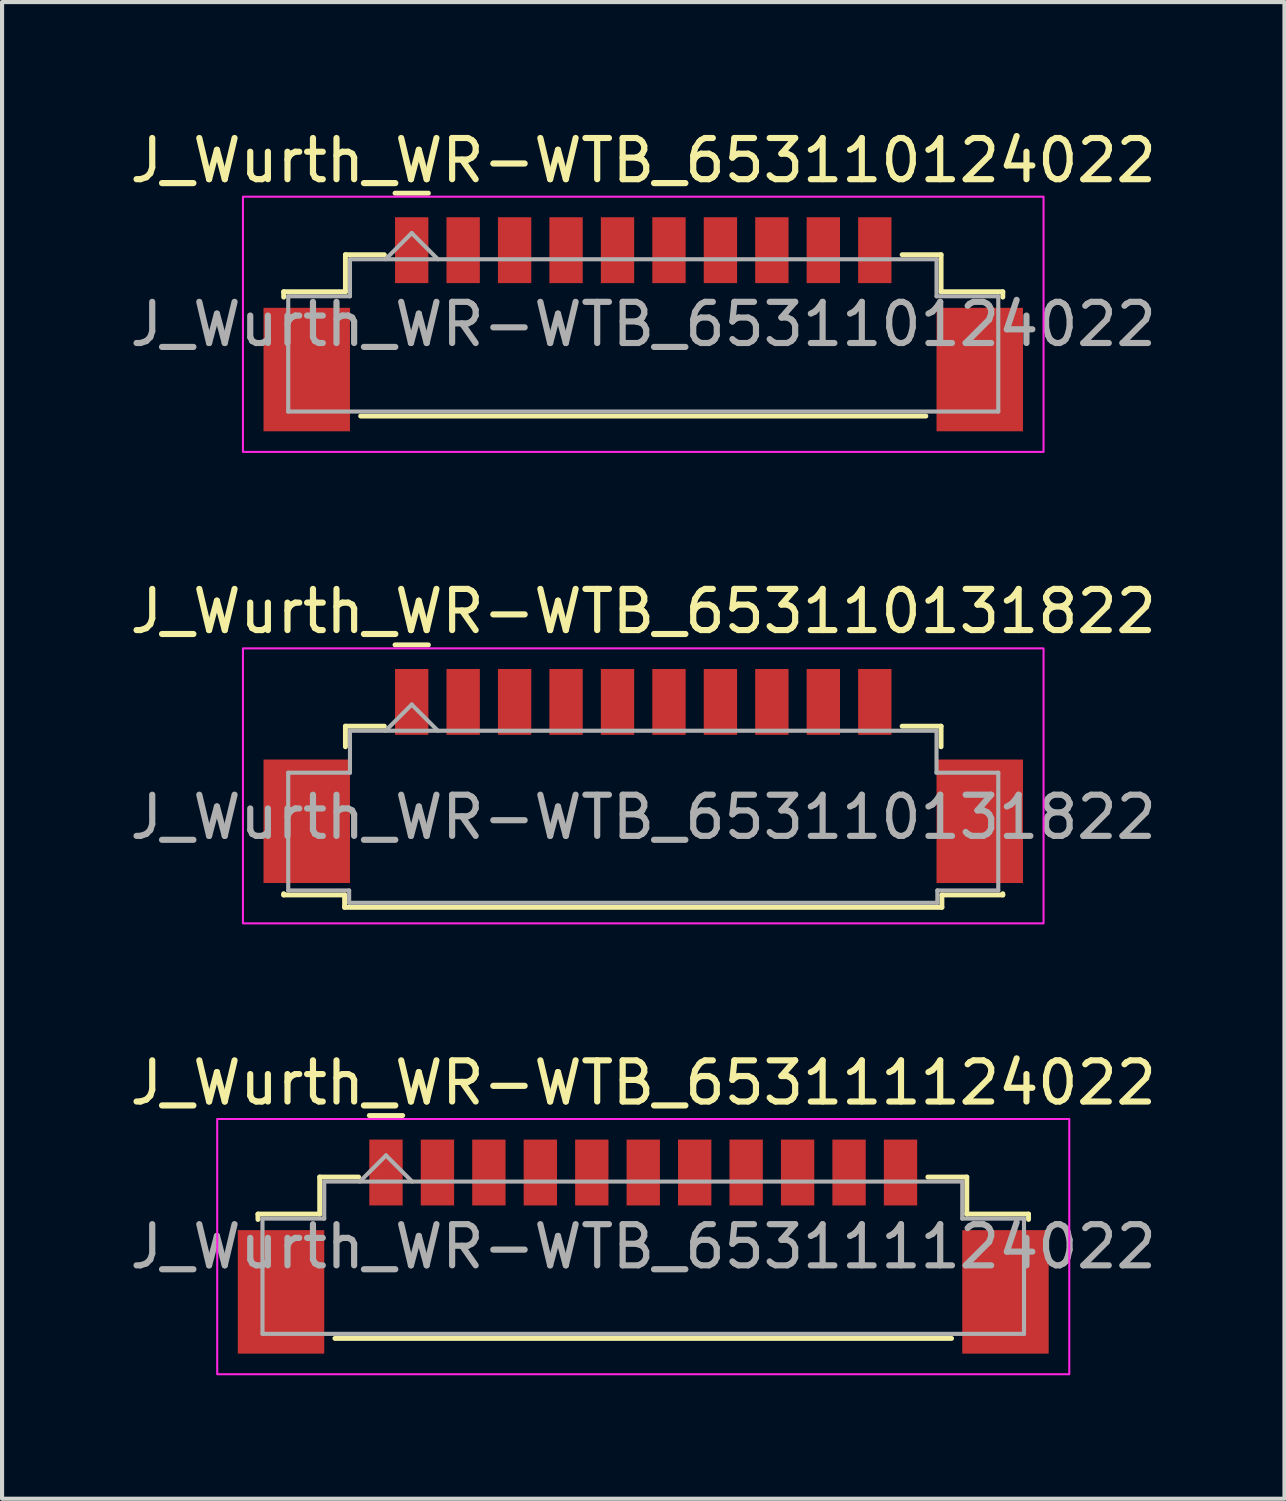
<source format=kicad_pcb>
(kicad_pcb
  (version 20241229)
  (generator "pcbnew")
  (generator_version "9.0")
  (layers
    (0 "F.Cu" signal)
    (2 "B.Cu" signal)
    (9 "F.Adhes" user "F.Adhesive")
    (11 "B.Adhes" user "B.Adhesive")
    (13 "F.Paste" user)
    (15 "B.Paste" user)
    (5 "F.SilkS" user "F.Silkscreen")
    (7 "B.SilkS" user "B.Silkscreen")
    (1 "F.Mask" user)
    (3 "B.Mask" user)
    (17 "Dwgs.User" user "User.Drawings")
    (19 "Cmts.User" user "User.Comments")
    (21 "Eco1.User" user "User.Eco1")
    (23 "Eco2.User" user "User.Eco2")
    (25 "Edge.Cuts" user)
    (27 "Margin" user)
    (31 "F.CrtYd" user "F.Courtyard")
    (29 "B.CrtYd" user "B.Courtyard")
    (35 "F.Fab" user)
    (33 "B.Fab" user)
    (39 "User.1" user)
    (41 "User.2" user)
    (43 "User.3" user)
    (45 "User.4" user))
  (footprint "J_Wurth_WR-WTB_653111124022"
    (layer "F.Cu")
    (at 12.577 27.505)
    (property "Reference" "J_Wurth_WR-WTB_653111124022" (at 0 -4.25 0) (unlocked yes) (layer "F.SilkS") (effects (font (size 1 1) (thickness 0.15))))
    (attr smd)
    (fp_line (start -9.36 -1.06) (end -9.36 -0.93) (stroke (width 0.12) (type solid)) (layer "F.SilkS"))
    (fp_line (start -7.86 -1.96) (end -7.86 -1.06) (stroke (width 0.12) (type solid)) (layer "F.SilkS"))
    (fp_line (start -7.86 -1.06) (end -9.36 -1.06) (stroke (width 0.12) (type solid)) (layer "F.SilkS"))
    (fp_line (start -7.49 1.96) (end 7.49 1.96) (stroke (width 0.12) (type solid)) (layer "F.SilkS"))
    (fp_line (start -6.915 -1.96) (end -7.86 -1.96) (stroke (width 0.12) (type solid)) (layer "F.SilkS"))
    (fp_line (start -6.655 -3.455) (end -5.845 -3.455) (stroke (width 0.12) (type solid)) (layer "F.SilkS"))
    (fp_line (start 7.86 -1.96) (end 6.915 -1.96) (stroke (width 0.12) (type solid)) (layer "F.SilkS"))
    (fp_line (start 7.86 -1.06) (end 7.86 -1.96) (stroke (width 0.12) (type solid)) (layer "F.SilkS"))
    (fp_line (start 9.36 -1.06) (end 7.86 -1.06) (stroke (width 0.12) (type solid)) (layer "F.SilkS"))
    (fp_line (start 9.36 -1.06) (end 9.36 -0.93) (stroke (width 0.12) (type solid)) (layer "F.SilkS"))
    (fp_rect (start -10.35 -3.37) (end 10.35 2.83) (stroke (width 0.05) (type solid)) (fill no) (layer "F.CrtYd"))
    (fp_line (start -9.25 -0.95) (end -7.75 -0.95) (stroke (width 0.1) (type solid)) (layer "F.Fab"))
    (fp_line (start -9.25 1.85) (end -9.25 -0.95) (stroke (width 0.1) (type solid)) (layer "F.Fab"))
    (fp_line (start -7.75 -1.85) (end 7.75 -1.85) (stroke (width 0.1) (type solid)) (layer "F.Fab"))
    (fp_line (start -7.75 -0.95) (end -7.75 -1.85) (stroke (width 0.1) (type solid)) (layer "F.Fab"))
    (fp_line (start -6.25 -2.485) (end -6.885 -1.85) (stroke (width 0.1) (type default)) (layer "F.Fab"))
    (fp_line (start -5.615 -1.85) (end -6.25 -2.485) (stroke (width 0.1) (type default)) (layer "F.Fab"))
    (fp_line (start 7.75 -0.95) (end 7.75 -1.85) (stroke (width 0.1) (type solid)) (layer "F.Fab"))
    (fp_line (start 9.25 -0.95) (end 7.75 -0.95) (stroke (width 0.1) (type solid)) (layer "F.Fab"))
    (fp_line (start 9.25 1.85) (end -9.25 1.85) (stroke (width 0.1) (type solid)) (layer "F.Fab"))
    (fp_line (start 9.25 1.85) (end 9.25 -0.95) (stroke (width 0.1) (type solid)) (layer "F.Fab"))
    (fp_text user "${REFERENCE}" (at 0 -0.27 0) (unlocked yes) (layer "F.Fab") (effects (font (size 1 1) (thickness 0.15))))
    (pad "1" smd rect (at -6.25 -2.07) (size 0.81 1.6) (layers "F.Cu" "F.Mask" "F.Paste"))
    (pad "2" smd rect (at -5 -2.07) (size 0.81 1.6) (layers "F.Cu" "F.Mask" "F.Paste"))
    (pad "3" smd rect (at -3.75 -2.07) (size 0.81 1.6) (layers "F.Cu" "F.Mask" "F.Paste"))
    (pad "4" smd rect (at -2.5 -2.07) (size 0.81 1.6) (layers "F.Cu" "F.Mask" "F.Paste"))
    (pad "5" smd rect (at -1.25 -2.07) (size 0.81 1.6) (layers "F.Cu" "F.Mask" "F.Paste"))
    (pad "6" smd rect (at 0 -2.07) (size 0.81 1.6) (layers "F.Cu" "F.Mask" "F.Paste"))
    (pad "7" smd rect (at 1.25 -2.07) (size 0.81 1.6) (layers "F.Cu" "F.Mask" "F.Paste"))
    (pad "8" smd rect (at 2.5 -2.07) (size 0.81 1.6) (layers "F.Cu" "F.Mask" "F.Paste"))
    (pad "9" smd rect (at 3.75 -2.07) (size 0.81 1.6) (layers "F.Cu" "F.Mask" "F.Paste"))
    (pad "10" smd rect (at 5 -2.07) (size 0.81 1.6) (layers "F.Cu" "F.Mask" "F.Paste"))
    (pad "11" smd rect (at 6.25 -2.07) (size 0.81 1.6) (layers "F.Cu" "F.Mask" "F.Paste"))
    (pad "MP1" smd rect (at -8.8 0.83) (size 2.1 3) (layers "F.Cu" "F.Mask" "F.Paste"))
    (pad "MP2" smd rect (at 8.8 0.83) (size 2.1 3) (layers "F.Cu" "F.Mask" "F.Paste")))
  (footprint "J_Wurth_WR-WTB_653110124022"
    (layer "F.Cu")
    (at 12.577 5.098)
    (property "Reference" "J_Wurth_WR-WTB_653110124022" (at 0 -4.25 0) (unlocked yes) (layer "F.SilkS") (effects (font (size 1 1) (thickness 0.15))))
    (attr smd)
    (fp_line (start -8.735 -1.06) (end -8.735 -0.93) (stroke (width 0.12) (type solid)) (layer "F.SilkS"))
    (fp_line (start -7.235 -1.96) (end -7.235 -1.06) (stroke (width 0.12) (type solid)) (layer "F.SilkS"))
    (fp_line (start -7.235 -1.06) (end -8.735 -1.06) (stroke (width 0.12) (type solid)) (layer "F.SilkS"))
    (fp_line (start -6.865 1.96) (end 6.865 1.96) (stroke (width 0.12) (type solid)) (layer "F.SilkS"))
    (fp_line (start -6.29 -1.96) (end -7.235 -1.96) (stroke (width 0.12) (type solid)) (layer "F.SilkS"))
    (fp_line (start -6.03 -3.455) (end -5.22 -3.455) (stroke (width 0.12) (type solid)) (layer "F.SilkS"))
    (fp_line (start 7.235 -1.96) (end 6.29 -1.96) (stroke (width 0.12) (type solid)) (layer "F.SilkS"))
    (fp_line (start 7.235 -1.06) (end 7.235 -1.96) (stroke (width 0.12) (type solid)) (layer "F.SilkS"))
    (fp_line (start 8.735 -1.06) (end 7.235 -1.06) (stroke (width 0.12) (type solid)) (layer "F.SilkS"))
    (fp_line (start 8.735 -1.06) (end 8.735 -0.93) (stroke (width 0.12) (type solid)) (layer "F.SilkS"))
    (fp_rect (start -9.725 -3.37) (end 9.725 2.83) (stroke (width 0.05) (type solid)) (fill no) (layer "F.CrtYd"))
    (fp_line (start -8.625 -0.95) (end -7.125 -0.95) (stroke (width 0.1) (type solid)) (layer "F.Fab"))
    (fp_line (start -8.625 1.85) (end -8.625 -0.95) (stroke (width 0.1) (type solid)) (layer "F.Fab"))
    (fp_line (start -7.125 -1.85) (end 7.125 -1.85) (stroke (width 0.1) (type solid)) (layer "F.Fab"))
    (fp_line (start -7.125 -0.95) (end -7.125 -1.85) (stroke (width 0.1) (type solid)) (layer "F.Fab"))
    (fp_line (start -5.625 -2.485) (end -6.26 -1.85) (stroke (width 0.1) (type default)) (layer "F.Fab"))
    (fp_line (start -4.99 -1.85) (end -5.625 -2.485) (stroke (width 0.1) (type default)) (layer "F.Fab"))
    (fp_line (start 7.125 -0.95) (end 7.125 -1.85) (stroke (width 0.1) (type solid)) (layer "F.Fab"))
    (fp_line (start 8.625 -0.95) (end 7.125 -0.95) (stroke (width 0.1) (type solid)) (layer "F.Fab"))
    (fp_line (start 8.625 1.85) (end -8.625 1.85) (stroke (width 0.1) (type solid)) (layer "F.Fab"))
    (fp_line (start 8.625 1.85) (end 8.625 -0.95) (stroke (width 0.1) (type solid)) (layer "F.Fab"))
    (fp_text user "${REFERENCE}" (at 0 -0.27 0) (unlocked yes) (layer "F.Fab") (effects (font (size 1 1) (thickness 0.15))))
    (pad "1" smd rect (at -5.625 -2.07) (size 0.81 1.6) (layers "F.Cu" "F.Mask" "F.Paste"))
    (pad "2" smd rect (at -4.375 -2.07) (size 0.81 1.6) (layers "F.Cu" "F.Mask" "F.Paste"))
    (pad "3" smd rect (at -3.125 -2.07) (size 0.81 1.6) (layers "F.Cu" "F.Mask" "F.Paste"))
    (pad "4" smd rect (at -1.875 -2.07) (size 0.81 1.6) (layers "F.Cu" "F.Mask" "F.Paste"))
    (pad "5" smd rect (at -0.625 -2.07) (size 0.81 1.6) (layers "F.Cu" "F.Mask" "F.Paste"))
    (pad "6" smd rect (at 0.625 -2.07) (size 0.81 1.6) (layers "F.Cu" "F.Mask" "F.Paste"))
    (pad "7" smd rect (at 1.875 -2.07) (size 0.81 1.6) (layers "F.Cu" "F.Mask" "F.Paste"))
    (pad "8" smd rect (at 3.125 -2.07) (size 0.81 1.6) (layers "F.Cu" "F.Mask" "F.Paste"))
    (pad "9" smd rect (at 4.375 -2.07) (size 0.81 1.6) (layers "F.Cu" "F.Mask" "F.Paste"))
    (pad "10" smd rect (at 5.625 -2.07) (size 0.81 1.6) (layers "F.Cu" "F.Mask" "F.Paste"))
    (pad "MP1" smd rect (at -8.175 0.83) (size 2.1 3) (layers "F.Cu" "F.Mask" "F.Paste"))
    (pad "MP2" smd rect (at 8.175 0.83) (size 2.1 3) (layers "F.Cu" "F.Mask" "F.Paste")))
  (footprint "J_Wurth_WR-WTB_653110131822"
    (layer "F.Cu")
    (at 12.577 16.802)
    (property "Reference" "J_Wurth_WR-WTB_653110131822" (at 0 -5 0) (unlocked yes) (layer "F.SilkS") (effects (font (size 1 1) (thickness 0.15))))
    (attr smd)
    (fp_line (start -8.735 1.86) (end -8.735 1.89) (stroke (width 0.12) (type solid)) (layer "F.SilkS"))
    (fp_line (start -8.735 1.89) (end -7.255 1.89) (stroke (width 0.12) (type default)) (layer "F.SilkS"))
    (fp_line (start -7.255 1.89) (end -7.255 2.19) (stroke (width 0.12) (type default)) (layer "F.SilkS"))
    (fp_line (start -7.255 2.19) (end 7.255 2.19) (stroke (width 0.12) (type default)) (layer "F.SilkS"))
    (fp_line (start -7.235 -2.21) (end -7.235 -1.71) (stroke (width 0.12) (type default)) (layer "F.SilkS"))
    (fp_line (start -6.29 -2.21) (end -7.235 -2.21) (stroke (width 0.12) (type solid)) (layer "F.SilkS"))
    (fp_line (start -6.03 -4.185) (end -5.22 -4.185) (stroke (width 0.12) (type solid)) (layer "F.SilkS"))
    (fp_line (start 6.29 -2.21) (end 7.235 -2.21) (stroke (width 0.12) (type solid)) (layer "F.SilkS"))
    (fp_line (start 7.235 -2.21) (end 7.235 -1.71) (stroke (width 0.12) (type default)) (layer "F.SilkS"))
    (fp_line (start 7.255 1.89) (end 8.735 1.89) (stroke (width 0.12) (type default)) (layer "F.SilkS"))
    (fp_line (start 7.255 2.19) (end 7.255 1.89) (stroke (width 0.12) (type default)) (layer "F.SilkS"))
    (fp_line (start 8.735 1.89) (end 8.735 1.86) (stroke (width 0.12) (type solid)) (layer "F.SilkS"))
    (fp_rect (start -9.725 -4.1) (end 9.725 2.58) (stroke (width 0.05) (type solid)) (fill no) (layer "F.CrtYd"))
    (fp_line (start -8.625 -1.08) (end -7.125 -1.08) (stroke (width 0.1) (type default)) (layer "F.Fab"))
    (fp_line (start -8.625 1.78) (end -8.625 -1.08) (stroke (width 0.1) (type solid)) (layer "F.Fab"))
    (fp_line (start -8.625 1.78) (end -7.145 1.78) (stroke (width 0.1) (type solid)) (layer "F.Fab"))
    (fp_line (start -7.145 1.78) (end -7.145 2.08) (stroke (width 0.1) (type solid)) (layer "F.Fab"))
    (fp_line (start -7.145 2.08) (end 7.145 2.08) (stroke (width 0.1) (type default)) (layer "F.Fab"))
    (fp_line (start -7.125 -2.1) (end -7.125 -1.08) (stroke (width 0.1) (type solid)) (layer "F.Fab"))
    (fp_line (start -7.125 -2.1) (end 7.125 -2.1) (stroke (width 0.1) (type solid)) (layer "F.Fab"))
    (fp_line (start -5.625 -2.735) (end -6.26 -2.1) (stroke (width 0.1) (type default)) (layer "F.Fab"))
    (fp_line (start -4.99 -2.1) (end -5.625 -2.735) (stroke (width 0.1) (type default)) (layer "F.Fab"))
    (fp_line (start 7.125 -2.1) (end 7.125 -1.08) (stroke (width 0.1) (type solid)) (layer "F.Fab"))
    (fp_line (start 7.145 1.78) (end 7.145 2.08) (stroke (width 0.1) (type solid)) (layer "F.Fab"))
    (fp_line (start 8.625 -1.08) (end 7.125 -1.08) (stroke (width 0.1) (type default)) (layer "F.Fab"))
    (fp_line (start 8.625 1.78) (end 7.145 1.78) (stroke (width 0.1) (type solid)) (layer "F.Fab"))
    (fp_line (start 8.625 1.78) (end 8.625 -1.08) (stroke (width 0.1) (type solid)) (layer "F.Fab"))
    (fp_text user "${REFERENCE}" (at 0 0 0) (unlocked yes) (layer "F.Fab") (effects (font (size 1 1) (thickness 0.15))))
    (pad "1" smd rect (at -5.625 -2.8) (size 0.81 1.6) (layers "F.Cu" "F.Mask" "F.Paste"))
    (pad "2" smd rect (at -4.375 -2.8) (size 0.81 1.6) (layers "F.Cu" "F.Mask" "F.Paste"))
    (pad "3" smd rect (at -3.125 -2.8) (size 0.81 1.6) (layers "F.Cu" "F.Mask" "F.Paste"))
    (pad "4" smd rect (at -1.875 -2.8) (size 0.81 1.6) (layers "F.Cu" "F.Mask" "F.Paste"))
    (pad "5" smd rect (at -0.625 -2.8) (size 0.81 1.6) (layers "F.Cu" "F.Mask" "F.Paste"))
    (pad "6" smd rect (at 0.625 -2.8) (size 0.81 1.6) (layers "F.Cu" "F.Mask" "F.Paste"))
    (pad "7" smd rect (at 1.875 -2.8) (size 0.81 1.6) (layers "F.Cu" "F.Mask" "F.Paste"))
    (pad "8" smd rect (at 3.125 -2.8) (size 0.81 1.6) (layers "F.Cu" "F.Mask" "F.Paste"))
    (pad "9" smd rect (at 4.375 -2.8) (size 0.81 1.6) (layers "F.Cu" "F.Mask" "F.Paste"))
    (pad "10" smd rect (at 5.625 -2.8) (size 0.81 1.6) (layers "F.Cu" "F.Mask" "F.Paste"))
    (pad "MP1" smd rect (at -8.175 0.1) (size 2.1 3) (layers "F.Cu" "F.Mask" "F.Paste"))
    (pad "MP2" smd rect (at 8.175 0.1) (size 2.1 3) (layers "F.Cu" "F.Mask" "F.Paste")))
  (gr_rect
    (start -3 -3)
    (end 28.155 33.36)
    (stroke (width 0.1) (type default))
    (fill no)
    (layer "Edge.Cuts")))
</source>
